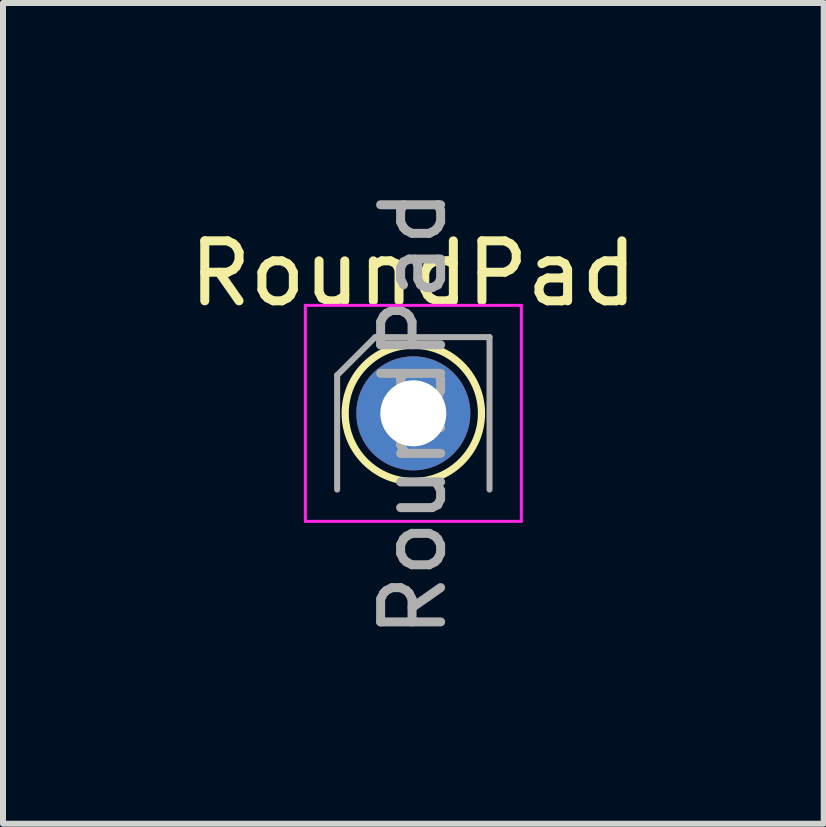
<source format=kicad_pcb>
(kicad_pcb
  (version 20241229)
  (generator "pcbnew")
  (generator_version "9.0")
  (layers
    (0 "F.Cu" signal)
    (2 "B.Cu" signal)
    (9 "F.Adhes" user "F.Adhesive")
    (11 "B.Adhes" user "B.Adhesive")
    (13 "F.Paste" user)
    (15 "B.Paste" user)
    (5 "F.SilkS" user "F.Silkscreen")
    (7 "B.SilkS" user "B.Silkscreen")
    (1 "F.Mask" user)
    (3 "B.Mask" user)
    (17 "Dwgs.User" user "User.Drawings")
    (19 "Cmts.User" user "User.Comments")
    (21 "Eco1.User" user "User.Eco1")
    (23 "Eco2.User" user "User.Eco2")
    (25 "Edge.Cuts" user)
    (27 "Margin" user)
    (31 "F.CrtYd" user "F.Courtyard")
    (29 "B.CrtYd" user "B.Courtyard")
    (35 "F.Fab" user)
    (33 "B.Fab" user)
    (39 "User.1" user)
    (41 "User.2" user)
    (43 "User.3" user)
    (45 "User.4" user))
  (footprint "RoundPad"
    (layer "F.Cu")
    (at 3.839 3.839)
    (property "Reference" "RoundPad" (at 0 -2.33 0) (layer "F.SilkS") (effects (font (size 1 1) (thickness 0.15))))
    (attr through_hole)
    (fp_circle (center 0 0) (end 1.016 0.508) (stroke (width 0.12) (type solid)) (fill no) (layer "F.SilkS"))
    (fp_line (start -1.8 -1.8) (end -1.8 1.8) (stroke (width 0.05) (type solid)) (layer "F.CrtYd"))
    (fp_line (start -1.8 1.8) (end 1.8 1.8) (stroke (width 0.05) (type solid)) (layer "F.CrtYd"))
    (fp_line (start 1.8 -1.8) (end -1.8 -1.8) (stroke (width 0.05) (type solid)) (layer "F.CrtYd"))
    (fp_line (start 1.8 1.8) (end 1.8 -1.8) (stroke (width 0.05) (type solid)) (layer "F.CrtYd"))
    (fp_line (start -1.27 -0.635) (end -0.635 -1.27) (stroke (width 0.1) (type solid)) (layer "F.Fab"))
    (fp_line (start -1.27 1.27) (end -1.27 -0.635) (stroke (width 0.1) (type solid)) (layer "F.Fab"))
    (fp_line (start -0.635 -1.27) (end 1.27 -1.27) (stroke (width 0.1) (type solid)) (layer "F.Fab"))
    (fp_line (start 1.27 -1.27) (end 1.27 1.27) (stroke (width 0.1) (type solid)) (layer "F.Fab"))
    (fp_text user "${REFERENCE}" (at 0 0 90) (layer "F.Fab") (effects (font (size 1 1) (thickness 0.15))))
    (pad "1" thru_hole circle (at 0 0) (size 1.9 1.9) (drill 1.1) (layers "*.Cu" "*.Mask")))
  (gr_rect
    (start -3 -3)
    (end 10.679 10.679)
    (stroke (width 0.1) (type default))
    (fill no)
    (layer "Edge.Cuts")))
</source>
